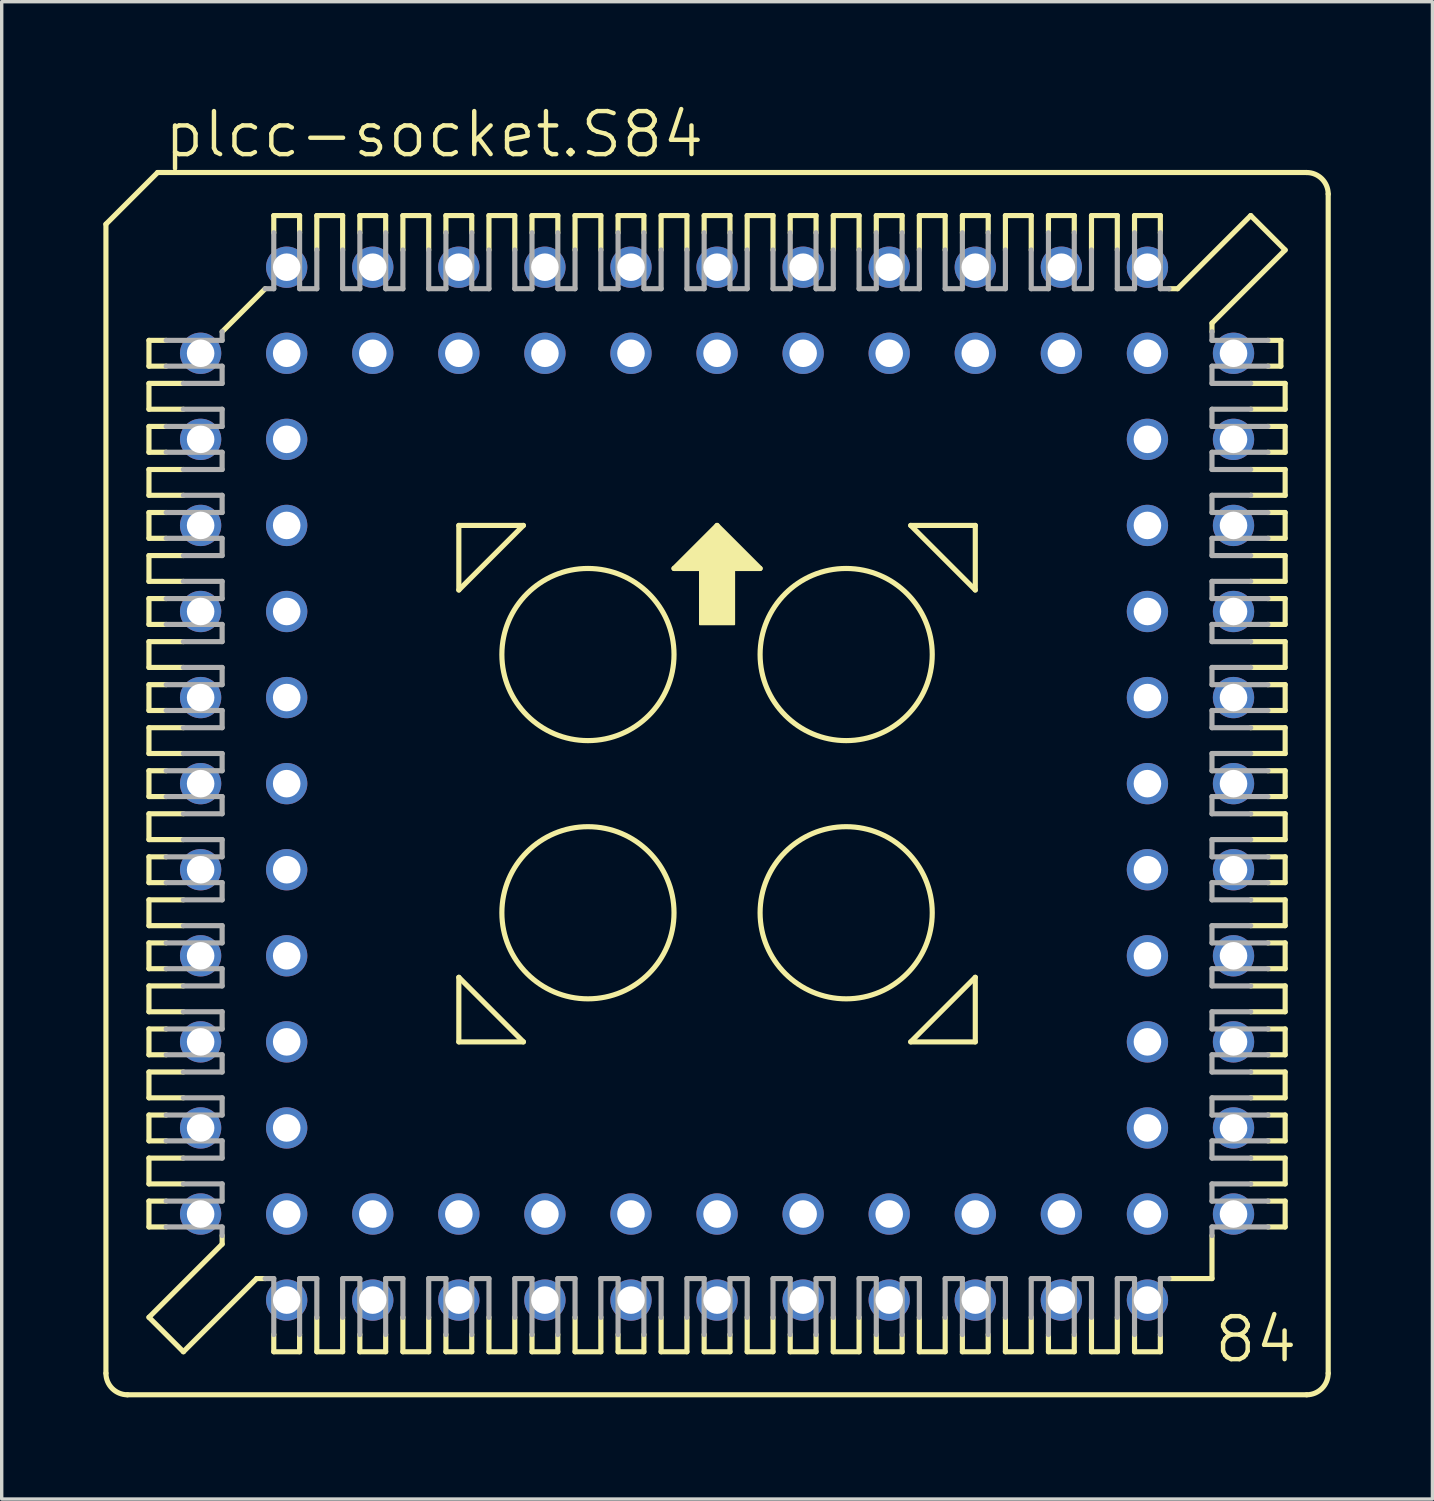
<source format=kicad_pcb>
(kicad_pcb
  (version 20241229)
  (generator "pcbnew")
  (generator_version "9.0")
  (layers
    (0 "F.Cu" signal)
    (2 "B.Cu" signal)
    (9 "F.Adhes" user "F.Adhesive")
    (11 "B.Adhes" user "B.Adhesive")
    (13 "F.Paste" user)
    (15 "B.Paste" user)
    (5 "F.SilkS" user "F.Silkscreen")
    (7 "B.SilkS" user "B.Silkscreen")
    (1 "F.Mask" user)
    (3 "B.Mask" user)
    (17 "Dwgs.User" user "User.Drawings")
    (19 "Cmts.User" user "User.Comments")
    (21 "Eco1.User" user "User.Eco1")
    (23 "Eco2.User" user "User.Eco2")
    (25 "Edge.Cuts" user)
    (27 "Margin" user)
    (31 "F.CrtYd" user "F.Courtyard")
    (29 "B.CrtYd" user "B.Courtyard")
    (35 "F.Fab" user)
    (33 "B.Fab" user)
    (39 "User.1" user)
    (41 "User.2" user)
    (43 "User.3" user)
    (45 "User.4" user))
  (footprint "plcc-socket.S84"
    (layer "F.Cu")
    (at 18.11 20.075)
    (property "Reference" "plcc-socket.S84" (at -16.383 -18.415 0) (layer "F.SilkS") (effects (font (size 1.27 1.27) (thickness 0.13)) (justify left bottom)))
    (attr through_hole)
    (fp_line (start -18.034 -16.51) (end -18.034 17.399) (stroke (width 0.152) (type default)) (layer "F.SilkS"))
    (fp_line (start -16.764 -13.081) (end -16.764 -12.319) (stroke (width 0.152) (type default)) (layer "F.SilkS"))
    (fp_line (start -16.764 -12.319) (end -16.256 -12.319) (stroke (width 0.152) (type default)) (layer "F.SilkS"))
    (fp_line (start -16.764 -11.811) (end -16.764 -11.049) (stroke (width 0.152) (type default)) (layer "F.SilkS"))
    (fp_line (start -16.764 -11.049) (end -15.748 -11.049) (stroke (width 0.152) (type default)) (layer "F.SilkS"))
    (fp_line (start -16.764 -10.541) (end -16.764 -9.779) (stroke (width 0.152) (type default)) (layer "F.SilkS"))
    (fp_line (start -16.764 -9.779) (end -16.256 -9.779) (stroke (width 0.152) (type default)) (layer "F.SilkS"))
    (fp_line (start -16.764 -9.271) (end -16.764 -8.509) (stroke (width 0.152) (type default)) (layer "F.SilkS"))
    (fp_line (start -16.764 -8.509) (end -15.748 -8.509) (stroke (width 0.152) (type default)) (layer "F.SilkS"))
    (fp_line (start -16.764 -8.001) (end -16.256 -8.001) (stroke (width 0.152) (type default)) (layer "F.SilkS"))
    (fp_line (start -16.764 -7.239) (end -16.764 -8.001) (stroke (width 0.152) (type default)) (layer "F.SilkS"))
    (fp_line (start -16.764 -6.731) (end -16.764 -5.969) (stroke (width 0.152) (type default)) (layer "F.SilkS"))
    (fp_line (start -16.764 -5.969) (end -15.748 -5.969) (stroke (width 0.152) (type default)) (layer "F.SilkS"))
    (fp_line (start -16.764 -5.461) (end -16.764 -4.699) (stroke (width 0.152) (type default)) (layer "F.SilkS"))
    (fp_line (start -16.764 -4.699) (end -16.256 -4.699) (stroke (width 0.152) (type default)) (layer "F.SilkS"))
    (fp_line (start -16.764 -4.191) (end -16.764 -3.429) (stroke (width 0.152) (type default)) (layer "F.SilkS"))
    (fp_line (start -16.764 -3.429) (end -15.748 -3.429) (stroke (width 0.152) (type default)) (layer "F.SilkS"))
    (fp_line (start -16.764 -2.921) (end -16.764 -2.159) (stroke (width 0.152) (type default)) (layer "F.SilkS"))
    (fp_line (start -16.764 -2.159) (end -16.256 -2.159) (stroke (width 0.152) (type default)) (layer "F.SilkS"))
    (fp_line (start -16.764 -1.651) (end -15.748 -1.651) (stroke (width 0.152) (type default)) (layer "F.SilkS"))
    (fp_line (start -16.764 -0.889) (end -16.764 -1.651) (stroke (width 0.152) (type default)) (layer "F.SilkS"))
    (fp_line (start -16.764 -0.381) (end -16.256 -0.381) (stroke (width 0.152) (type default)) (layer "F.SilkS"))
    (fp_line (start -16.764 0.381) (end -16.764 -0.381) (stroke (width 0.152) (type default)) (layer "F.SilkS"))
    (fp_line (start -16.764 0.889) (end -15.748 0.889) (stroke (width 0.152) (type default)) (layer "F.SilkS"))
    (fp_line (start -16.764 1.651) (end -16.764 0.889) (stroke (width 0.152) (type default)) (layer "F.SilkS"))
    (fp_line (start -16.764 2.159) (end -16.256 2.159) (stroke (width 0.152) (type default)) (layer "F.SilkS"))
    (fp_line (start -16.764 2.921) (end -16.764 2.159) (stroke (width 0.152) (type default)) (layer "F.SilkS"))
    (fp_line (start -16.764 3.429) (end -15.748 3.429) (stroke (width 0.152) (type default)) (layer "F.SilkS"))
    (fp_line (start -16.764 4.191) (end -16.764 3.429) (stroke (width 0.152) (type default)) (layer "F.SilkS"))
    (fp_line (start -16.764 4.699) (end -16.256 4.699) (stroke (width 0.152) (type default)) (layer "F.SilkS"))
    (fp_line (start -16.764 5.461) (end -16.764 4.699) (stroke (width 0.152) (type default)) (layer "F.SilkS"))
    (fp_line (start -16.764 5.969) (end -16.764 6.731) (stroke (width 0.152) (type default)) (layer "F.SilkS"))
    (fp_line (start -16.764 6.731) (end -15.748 6.731) (stroke (width 0.152) (type default)) (layer "F.SilkS"))
    (fp_line (start -16.764 7.239) (end -16.764 8.001) (stroke (width 0.152) (type default)) (layer "F.SilkS"))
    (fp_line (start -16.764 8.001) (end -16.256 8.001) (stroke (width 0.152) (type default)) (layer "F.SilkS"))
    (fp_line (start -16.764 8.509) (end -16.764 9.271) (stroke (width 0.152) (type default)) (layer "F.SilkS"))
    (fp_line (start -16.764 9.271) (end -15.748 9.271) (stroke (width 0.152) (type default)) (layer "F.SilkS"))
    (fp_line (start -16.764 9.779) (end -16.764 10.541) (stroke (width 0.152) (type default)) (layer "F.SilkS"))
    (fp_line (start -16.764 10.541) (end -16.256 10.541) (stroke (width 0.152) (type default)) (layer "F.SilkS"))
    (fp_line (start -16.764 11.049) (end -15.748 11.049) (stroke (width 0.152) (type default)) (layer "F.SilkS"))
    (fp_line (start -16.764 11.811) (end -16.764 11.049) (stroke (width 0.152) (type default)) (layer "F.SilkS"))
    (fp_line (start -16.764 12.319) (end -16.256 12.319) (stroke (width 0.152) (type default)) (layer "F.SilkS"))
    (fp_line (start -16.764 13.081) (end -16.764 12.319) (stroke (width 0.152) (type default)) (layer "F.SilkS"))
    (fp_line (start -16.764 15.748) (end -14.605 13.589) (stroke (width 0.152) (type default)) (layer "F.SilkS"))
    (fp_line (start -16.51 -18.034) (end -18.034 -16.51) (stroke (width 0.152) (type default)) (layer "F.SilkS"))
    (fp_line (start -16.256 -13.081) (end -16.764 -13.081) (stroke (width 0.152) (type default)) (layer "F.SilkS"))
    (fp_line (start -16.256 -10.541) (end -16.764 -10.541) (stroke (width 0.152) (type default)) (layer "F.SilkS"))
    (fp_line (start -16.256 -7.239) (end -16.764 -7.239) (stroke (width 0.152) (type default)) (layer "F.SilkS"))
    (fp_line (start -16.256 -5.461) (end -16.764 -5.461) (stroke (width 0.152) (type default)) (layer "F.SilkS"))
    (fp_line (start -16.256 -2.921) (end -16.764 -2.921) (stroke (width 0.152) (type default)) (layer "F.SilkS"))
    (fp_line (start -16.256 0.381) (end -16.764 0.381) (stroke (width 0.152) (type default)) (layer "F.SilkS"))
    (fp_line (start -16.256 2.921) (end -16.764 2.921) (stroke (width 0.152) (type default)) (layer "F.SilkS"))
    (fp_line (start -16.256 5.461) (end -16.764 5.461) (stroke (width 0.152) (type default)) (layer "F.SilkS"))
    (fp_line (start -16.256 7.239) (end -16.764 7.239) (stroke (width 0.152) (type default)) (layer "F.SilkS"))
    (fp_line (start -16.256 9.779) (end -16.764 9.779) (stroke (width 0.152) (type default)) (layer "F.SilkS"))
    (fp_line (start -16.256 13.081) (end -16.764 13.081) (stroke (width 0.152) (type default)) (layer "F.SilkS"))
    (fp_line (start -15.748 -11.811) (end -16.764 -11.811) (stroke (width 0.152) (type default)) (layer "F.SilkS"))
    (fp_line (start -15.748 -9.271) (end -16.764 -9.271) (stroke (width 0.152) (type default)) (layer "F.SilkS"))
    (fp_line (start -15.748 -6.731) (end -16.764 -6.731) (stroke (width 0.152) (type default)) (layer "F.SilkS"))
    (fp_line (start -15.748 -4.191) (end -16.764 -4.191) (stroke (width 0.152) (type default)) (layer "F.SilkS"))
    (fp_line (start -15.748 -0.889) (end -16.764 -0.889) (stroke (width 0.152) (type default)) (layer "F.SilkS"))
    (fp_line (start -15.748 1.651) (end -16.764 1.651) (stroke (width 0.152) (type default)) (layer "F.SilkS"))
    (fp_line (start -15.748 4.191) (end -16.764 4.191) (stroke (width 0.152) (type default)) (layer "F.SilkS"))
    (fp_line (start -15.748 5.969) (end -16.764 5.969) (stroke (width 0.152) (type default)) (layer "F.SilkS"))
    (fp_line (start -15.748 8.509) (end -16.764 8.509) (stroke (width 0.152) (type default)) (layer "F.SilkS"))
    (fp_line (start -15.748 11.811) (end -16.764 11.811) (stroke (width 0.152) (type default)) (layer "F.SilkS"))
    (fp_line (start -15.748 16.764) (end -16.764 15.748) (stroke (width 0.152) (type default)) (layer "F.SilkS"))
    (fp_line (start -15.748 16.764) (end -13.589 14.605) (stroke (width 0.152) (type default)) (layer "F.SilkS"))
    (fp_line (start -14.605 -13.335) (end -13.335 -14.605) (stroke (width 0.152) (type default)) (layer "F.SilkS"))
    (fp_line (start -14.605 13.589) (end -14.605 13.335) (stroke (width 0.152) (type default)) (layer "F.SilkS"))
    (fp_line (start -13.589 14.605) (end -13.335 14.605) (stroke (width 0.152) (type default)) (layer "F.SilkS"))
    (fp_line (start -13.081 -16.764) (end -13.081 -16.256) (stroke (width 0.152) (type default)) (layer "F.SilkS"))
    (fp_line (start -13.081 16.256) (end -13.081 16.764) (stroke (width 0.152) (type default)) (layer "F.SilkS"))
    (fp_line (start -13.081 16.764) (end -12.319 16.764) (stroke (width 0.152) (type default)) (layer "F.SilkS"))
    (fp_line (start -12.319 -16.764) (end -13.081 -16.764) (stroke (width 0.152) (type default)) (layer "F.SilkS"))
    (fp_line (start -12.319 -16.256) (end -12.319 -16.764) (stroke (width 0.152) (type default)) (layer "F.SilkS"))
    (fp_line (start -12.319 16.764) (end -12.319 16.256) (stroke (width 0.152) (type default)) (layer "F.SilkS"))
    (fp_line (start -11.811 -16.764) (end -11.049 -16.764) (stroke (width 0.152) (type default)) (layer "F.SilkS"))
    (fp_line (start -11.811 -15.748) (end -11.811 -16.764) (stroke (width 0.152) (type default)) (layer "F.SilkS"))
    (fp_line (start -11.811 15.748) (end -11.811 16.764) (stroke (width 0.152) (type default)) (layer "F.SilkS"))
    (fp_line (start -11.811 16.764) (end -11.049 16.764) (stroke (width 0.152) (type default)) (layer "F.SilkS"))
    (fp_line (start -11.049 -16.764) (end -11.049 -15.748) (stroke (width 0.152) (type default)) (layer "F.SilkS"))
    (fp_line (start -11.049 16.764) (end -11.049 15.748) (stroke (width 0.152) (type default)) (layer "F.SilkS"))
    (fp_line (start -10.541 -16.764) (end -10.541 -16.256) (stroke (width 0.152) (type default)) (layer "F.SilkS"))
    (fp_line (start -10.541 16.256) (end -10.541 16.764) (stroke (width 0.152) (type default)) (layer "F.SilkS"))
    (fp_line (start -10.541 16.764) (end -9.779 16.764) (stroke (width 0.152) (type default)) (layer "F.SilkS"))
    (fp_line (start -9.779 -16.764) (end -10.541 -16.764) (stroke (width 0.152) (type default)) (layer "F.SilkS"))
    (fp_line (start -9.779 -16.256) (end -9.779 -16.764) (stroke (width 0.152) (type default)) (layer "F.SilkS"))
    (fp_line (start -9.779 16.764) (end -9.779 16.256) (stroke (width 0.152) (type default)) (layer "F.SilkS"))
    (fp_line (start -9.271 -16.764) (end -9.271 -15.748) (stroke (width 0.152) (type default)) (layer "F.SilkS"))
    (fp_line (start -9.271 15.748) (end -9.271 16.764) (stroke (width 0.152) (type default)) (layer "F.SilkS"))
    (fp_line (start -9.271 16.764) (end -8.509 16.764) (stroke (width 0.152) (type default)) (layer "F.SilkS"))
    (fp_line (start -8.509 -16.764) (end -9.271 -16.764) (stroke (width 0.152) (type default)) (layer "F.SilkS"))
    (fp_line (start -8.509 -15.748) (end -8.509 -16.764) (stroke (width 0.152) (type default)) (layer "F.SilkS"))
    (fp_line (start -8.509 16.764) (end -8.509 15.748) (stroke (width 0.152) (type default)) (layer "F.SilkS"))
    (fp_line (start -8.001 -16.764) (end -8.001 -16.256) (stroke (width 0.152) (type default)) (layer "F.SilkS"))
    (fp_line (start -8.001 16.764) (end -8.001 16.256) (stroke (width 0.152) (type default)) (layer "F.SilkS"))
    (fp_line (start -7.62 -7.62) (end -5.715 -7.62) (stroke (width 0.152) (type default)) (layer "F.SilkS"))
    (fp_line (start -7.62 -5.715) (end -7.62 -7.62) (stroke (width 0.152) (type default)) (layer "F.SilkS"))
    (fp_line (start -7.62 5.715) (end -5.715 7.62) (stroke (width 0.152) (type default)) (layer "F.SilkS"))
    (fp_line (start -7.62 7.62) (end -7.62 5.715) (stroke (width 0.152) (type default)) (layer "F.SilkS"))
    (fp_line (start -7.239 -16.764) (end -8.001 -16.764) (stroke (width 0.152) (type default)) (layer "F.SilkS"))
    (fp_line (start -7.239 -16.256) (end -7.239 -16.764) (stroke (width 0.152) (type default)) (layer "F.SilkS"))
    (fp_line (start -7.239 16.256) (end -7.239 16.764) (stroke (width 0.152) (type default)) (layer "F.SilkS"))
    (fp_line (start -7.239 16.764) (end -8.001 16.764) (stroke (width 0.152) (type default)) (layer "F.SilkS"))
    (fp_line (start -6.731 -16.764) (end -6.731 -15.748) (stroke (width 0.152) (type default)) (layer "F.SilkS"))
    (fp_line (start -6.731 15.748) (end -6.731 16.764) (stroke (width 0.152) (type default)) (layer "F.SilkS"))
    (fp_line (start -6.731 16.764) (end -5.969 16.764) (stroke (width 0.152) (type default)) (layer "F.SilkS"))
    (fp_line (start -5.969 -16.764) (end -6.731 -16.764) (stroke (width 0.152) (type default)) (layer "F.SilkS"))
    (fp_line (start -5.969 -15.748) (end -5.969 -16.764) (stroke (width 0.152) (type default)) (layer "F.SilkS"))
    (fp_line (start -5.969 16.764) (end -5.969 15.748) (stroke (width 0.152) (type default)) (layer "F.SilkS"))
    (fp_line (start -5.715 -7.62) (end -7.62 -5.715) (stroke (width 0.152) (type default)) (layer "F.SilkS"))
    (fp_line (start -5.715 7.62) (end -7.62 7.62) (stroke (width 0.152) (type default)) (layer "F.SilkS"))
    (fp_line (start -5.461 -16.764) (end -5.461 -16.256) (stroke (width 0.152) (type default)) (layer "F.SilkS"))
    (fp_line (start -5.461 16.256) (end -5.461 16.764) (stroke (width 0.152) (type default)) (layer "F.SilkS"))
    (fp_line (start -5.461 16.764) (end -4.699 16.764) (stroke (width 0.152) (type default)) (layer "F.SilkS"))
    (fp_line (start -4.699 -16.764) (end -5.461 -16.764) (stroke (width 0.152) (type default)) (layer "F.SilkS"))
    (fp_line (start -4.699 -16.256) (end -4.699 -16.764) (stroke (width 0.152) (type default)) (layer "F.SilkS"))
    (fp_line (start -4.699 16.764) (end -4.699 16.256) (stroke (width 0.152) (type default)) (layer "F.SilkS"))
    (fp_line (start -4.191 -16.764) (end -4.191 -15.748) (stroke (width 0.152) (type default)) (layer "F.SilkS"))
    (fp_line (start -4.191 15.748) (end -4.191 16.764) (stroke (width 0.152) (type default)) (layer "F.SilkS"))
    (fp_line (start -4.191 16.764) (end -3.429 16.764) (stroke (width 0.152) (type default)) (layer "F.SilkS"))
    (fp_line (start -3.429 -16.764) (end -4.191 -16.764) (stroke (width 0.152) (type default)) (layer "F.SilkS"))
    (fp_line (start -3.429 -15.748) (end -3.429 -16.764) (stroke (width 0.152) (type default)) (layer "F.SilkS"))
    (fp_line (start -3.429 16.764) (end -3.429 15.748) (stroke (width 0.152) (type default)) (layer "F.SilkS"))
    (fp_line (start -2.921 -16.764) (end -2.921 -16.256) (stroke (width 0.152) (type default)) (layer "F.SilkS"))
    (fp_line (start -2.921 16.256) (end -2.921 16.764) (stroke (width 0.152) (type default)) (layer "F.SilkS"))
    (fp_line (start -2.921 16.764) (end -2.159 16.764) (stroke (width 0.152) (type default)) (layer "F.SilkS"))
    (fp_line (start -2.159 -16.764) (end -2.921 -16.764) (stroke (width 0.152) (type default)) (layer "F.SilkS"))
    (fp_line (start -2.159 -16.256) (end -2.159 -16.764) (stroke (width 0.152) (type default)) (layer "F.SilkS"))
    (fp_line (start -2.159 16.764) (end -2.159 16.256) (stroke (width 0.152) (type default)) (layer "F.SilkS"))
    (fp_line (start -1.651 -16.764) (end -1.651 -15.748) (stroke (width 0.152) (type default)) (layer "F.SilkS"))
    (fp_line (start -1.651 15.748) (end -1.651 16.764) (stroke (width 0.152) (type default)) (layer "F.SilkS"))
    (fp_line (start -1.651 16.764) (end -0.889 16.764) (stroke (width 0.152) (type default)) (layer "F.SilkS"))
    (fp_line (start -1.27 -6.35) (end 1.27 -6.35) (stroke (width 0.152) (type default)) (layer "F.SilkS"))
    (fp_line (start -0.889 -16.764) (end -1.651 -16.764) (stroke (width 0.152) (type default)) (layer "F.SilkS"))
    (fp_line (start -0.889 -15.748) (end -0.889 -16.764) (stroke (width 0.152) (type default)) (layer "F.SilkS"))
    (fp_line (start -0.889 16.764) (end -0.889 15.748) (stroke (width 0.152) (type default)) (layer "F.SilkS"))
    (fp_line (start -0.381 -16.764) (end -0.381 -16.256) (stroke (width 0.152) (type default)) (layer "F.SilkS"))
    (fp_line (start -0.381 16.256) (end -0.381 16.764) (stroke (width 0.152) (type default)) (layer "F.SilkS"))
    (fp_line (start -0.381 16.764) (end 0.381 16.764) (stroke (width 0.152) (type default)) (layer "F.SilkS"))
    (fp_line (start 0 -7.62) (end -1.27 -6.35) (stroke (width 0.152) (type default)) (layer "F.SilkS"))
    (fp_line (start 0.381 -16.764) (end -0.381 -16.764) (stroke (width 0.152) (type default)) (layer "F.SilkS"))
    (fp_line (start 0.381 -16.256) (end 0.381 -16.764) (stroke (width 0.152) (type default)) (layer "F.SilkS"))
    (fp_line (start 0.381 16.764) (end 0.381 16.256) (stroke (width 0.152) (type default)) (layer "F.SilkS"))
    (fp_line (start 0.889 -16.764) (end 0.889 -15.748) (stroke (width 0.152) (type default)) (layer "F.SilkS"))
    (fp_line (start 0.889 15.748) (end 0.889 16.764) (stroke (width 0.152) (type default)) (layer "F.SilkS"))
    (fp_line (start 0.889 16.764) (end 1.651 16.764) (stroke (width 0.152) (type default)) (layer "F.SilkS"))
    (fp_line (start 1.27 -6.35) (end 0 -7.62) (stroke (width 0.152) (type default)) (layer "F.SilkS"))
    (fp_line (start 1.651 -16.764) (end 0.889 -16.764) (stroke (width 0.152) (type default)) (layer "F.SilkS"))
    (fp_line (start 1.651 -15.748) (end 1.651 -16.764) (stroke (width 0.152) (type default)) (layer "F.SilkS"))
    (fp_line (start 1.651 16.764) (end 1.651 15.748) (stroke (width 0.152) (type default)) (layer "F.SilkS"))
    (fp_line (start 2.159 -16.764) (end 2.159 -16.256) (stroke (width 0.152) (type default)) (layer "F.SilkS"))
    (fp_line (start 2.159 16.256) (end 2.159 16.764) (stroke (width 0.152) (type default)) (layer "F.SilkS"))
    (fp_line (start 2.159 16.764) (end 2.921 16.764) (stroke (width 0.152) (type default)) (layer "F.SilkS"))
    (fp_line (start 2.921 -16.764) (end 2.159 -16.764) (stroke (width 0.152) (type default)) (layer "F.SilkS"))
    (fp_line (start 2.921 -16.256) (end 2.921 -16.764) (stroke (width 0.152) (type default)) (layer "F.SilkS"))
    (fp_line (start 2.921 16.764) (end 2.921 16.256) (stroke (width 0.152) (type default)) (layer "F.SilkS"))
    (fp_line (start 3.429 -16.764) (end 3.429 -15.748) (stroke (width 0.152) (type default)) (layer "F.SilkS"))
    (fp_line (start 3.429 15.748) (end 3.429 16.764) (stroke (width 0.152) (type default)) (layer "F.SilkS"))
    (fp_line (start 3.429 16.764) (end 4.191 16.764) (stroke (width 0.152) (type default)) (layer "F.SilkS"))
    (fp_line (start 4.191 -16.764) (end 3.429 -16.764) (stroke (width 0.152) (type default)) (layer "F.SilkS"))
    (fp_line (start 4.191 -15.748) (end 4.191 -16.764) (stroke (width 0.152) (type default)) (layer "F.SilkS"))
    (fp_line (start 4.191 16.764) (end 4.191 15.748) (stroke (width 0.152) (type default)) (layer "F.SilkS"))
    (fp_line (start 4.699 -16.764) (end 4.699 -16.256) (stroke (width 0.152) (type default)) (layer "F.SilkS"))
    (fp_line (start 4.699 16.256) (end 4.699 16.764) (stroke (width 0.152) (type default)) (layer "F.SilkS"))
    (fp_line (start 4.699 16.764) (end 5.461 16.764) (stroke (width 0.152) (type default)) (layer "F.SilkS"))
    (fp_line (start 5.461 -16.764) (end 4.699 -16.764) (stroke (width 0.152) (type default)) (layer "F.SilkS"))
    (fp_line (start 5.461 -16.256) (end 5.461 -16.764) (stroke (width 0.152) (type default)) (layer "F.SilkS"))
    (fp_line (start 5.461 16.764) (end 5.461 16.256) (stroke (width 0.152) (type default)) (layer "F.SilkS"))
    (fp_line (start 5.715 -7.62) (end 7.62 -5.715) (stroke (width 0.152) (type default)) (layer "F.SilkS"))
    (fp_line (start 5.715 7.62) (end 7.62 7.62) (stroke (width 0.152) (type default)) (layer "F.SilkS"))
    (fp_line (start 5.969 -16.764) (end 5.969 -15.748) (stroke (width 0.152) (type default)) (layer "F.SilkS"))
    (fp_line (start 5.969 15.748) (end 5.969 16.764) (stroke (width 0.152) (type default)) (layer "F.SilkS"))
    (fp_line (start 5.969 16.764) (end 6.731 16.764) (stroke (width 0.152) (type default)) (layer "F.SilkS"))
    (fp_line (start 6.731 -16.764) (end 5.969 -16.764) (stroke (width 0.152) (type default)) (layer "F.SilkS"))
    (fp_line (start 6.731 -15.748) (end 6.731 -16.764) (stroke (width 0.152) (type default)) (layer "F.SilkS"))
    (fp_line (start 6.731 16.764) (end 6.731 15.748) (stroke (width 0.152) (type default)) (layer "F.SilkS"))
    (fp_line (start 7.239 -16.764) (end 8.001 -16.764) (stroke (width 0.152) (type default)) (layer "F.SilkS"))
    (fp_line (start 7.239 -16.256) (end 7.239 -16.764) (stroke (width 0.152) (type default)) (layer "F.SilkS"))
    (fp_line (start 7.239 16.256) (end 7.239 16.764) (stroke (width 0.152) (type default)) (layer "F.SilkS"))
    (fp_line (start 7.239 16.764) (end 8.001 16.764) (stroke (width 0.152) (type default)) (layer "F.SilkS"))
    (fp_line (start 7.62 -7.62) (end 5.715 -7.62) (stroke (width 0.152) (type default)) (layer "F.SilkS"))
    (fp_line (start 7.62 -5.715) (end 7.62 -7.62) (stroke (width 0.152) (type default)) (layer "F.SilkS"))
    (fp_line (start 7.62 5.715) (end 5.715 7.62) (stroke (width 0.152) (type default)) (layer "F.SilkS"))
    (fp_line (start 7.62 7.62) (end 7.62 5.715) (stroke (width 0.152) (type default)) (layer "F.SilkS"))
    (fp_line (start 8.001 -16.764) (end 8.001 -16.256) (stroke (width 0.152) (type default)) (layer "F.SilkS"))
    (fp_line (start 8.001 16.764) (end 8.001 16.256) (stroke (width 0.152) (type default)) (layer "F.SilkS"))
    (fp_line (start 8.509 -16.764) (end 8.509 -15.748) (stroke (width 0.152) (type default)) (layer "F.SilkS"))
    (fp_line (start 8.509 15.748) (end 8.509 16.764) (stroke (width 0.152) (type default)) (layer "F.SilkS"))
    (fp_line (start 8.509 16.764) (end 9.271 16.764) (stroke (width 0.152) (type default)) (layer "F.SilkS"))
    (fp_line (start 9.271 -16.764) (end 8.509 -16.764) (stroke (width 0.152) (type default)) (layer "F.SilkS"))
    (fp_line (start 9.271 -15.748) (end 9.271 -16.764) (stroke (width 0.152) (type default)) (layer "F.SilkS"))
    (fp_line (start 9.271 16.764) (end 9.271 15.748) (stroke (width 0.152) (type default)) (layer "F.SilkS"))
    (fp_line (start 9.779 -16.764) (end 9.779 -16.256) (stroke (width 0.152) (type default)) (layer "F.SilkS"))
    (fp_line (start 9.779 16.256) (end 9.779 16.764) (stroke (width 0.152) (type default)) (layer "F.SilkS"))
    (fp_line (start 9.779 16.764) (end 10.541 16.764) (stroke (width 0.152) (type default)) (layer "F.SilkS"))
    (fp_line (start 10.541 -16.764) (end 9.779 -16.764) (stroke (width 0.152) (type default)) (layer "F.SilkS"))
    (fp_line (start 10.541 -16.256) (end 10.541 -16.764) (stroke (width 0.152) (type default)) (layer "F.SilkS"))
    (fp_line (start 10.541 16.764) (end 10.541 16.256) (stroke (width 0.152) (type default)) (layer "F.SilkS"))
    (fp_line (start 11.049 -16.764) (end 11.049 -15.748) (stroke (width 0.152) (type default)) (layer "F.SilkS"))
    (fp_line (start 11.049 16.764) (end 11.049 15.748) (stroke (width 0.152) (type default)) (layer "F.SilkS"))
    (fp_line (start 11.811 -16.764) (end 11.049 -16.764) (stroke (width 0.152) (type default)) (layer "F.SilkS"))
    (fp_line (start 11.811 -15.748) (end 11.811 -16.764) (stroke (width 0.152) (type default)) (layer "F.SilkS"))
    (fp_line (start 11.811 15.748) (end 11.811 16.764) (stroke (width 0.152) (type default)) (layer "F.SilkS"))
    (fp_line (start 11.811 16.764) (end 11.049 16.764) (stroke (width 0.152) (type default)) (layer "F.SilkS"))
    (fp_line (start 12.319 -16.764) (end 12.319 -16.256) (stroke (width 0.152) (type default)) (layer "F.SilkS"))
    (fp_line (start 12.319 16.256) (end 12.319 16.764) (stroke (width 0.152) (type default)) (layer "F.SilkS"))
    (fp_line (start 12.319 16.764) (end 13.081 16.764) (stroke (width 0.152) (type default)) (layer "F.SilkS"))
    (fp_line (start 13.081 -16.764) (end 12.319 -16.764) (stroke (width 0.152) (type default)) (layer "F.SilkS"))
    (fp_line (start 13.081 -16.256) (end 13.081 -16.764) (stroke (width 0.152) (type default)) (layer "F.SilkS"))
    (fp_line (start 13.081 16.764) (end 13.081 16.256) (stroke (width 0.152) (type default)) (layer "F.SilkS"))
    (fp_line (start 13.335 14.605) (end 14.605 14.605) (stroke (width 0.152) (type default)) (layer "F.SilkS"))
    (fp_line (start 13.589 -14.605) (end 13.335 -14.605) (stroke (width 0.152) (type default)) (layer "F.SilkS"))
    (fp_line (start 14.605 -13.589) (end 14.605 -13.335) (stroke (width 0.152) (type default)) (layer "F.SilkS"))
    (fp_line (start 14.605 14.605) (end 14.605 13.335) (stroke (width 0.152) (type default)) (layer "F.SilkS"))
    (fp_line (start 15.748 -16.764) (end 13.589 -14.605) (stroke (width 0.152) (type default)) (layer "F.SilkS"))
    (fp_line (start 15.748 -11.811) (end 16.764 -11.811) (stroke (width 0.152) (type default)) (layer "F.SilkS"))
    (fp_line (start 15.748 -8.509) (end 16.764 -8.509) (stroke (width 0.152) (type default)) (layer "F.SilkS"))
    (fp_line (start 15.748 -5.969) (end 16.764 -5.969) (stroke (width 0.152) (type default)) (layer "F.SilkS"))
    (fp_line (start 15.748 -4.191) (end 16.764 -4.191) (stroke (width 0.152) (type default)) (layer "F.SilkS"))
    (fp_line (start 15.748 -1.651) (end 16.764 -1.651) (stroke (width 0.152) (type default)) (layer "F.SilkS"))
    (fp_line (start 15.748 0.889) (end 16.764 0.889) (stroke (width 0.152) (type default)) (layer "F.SilkS"))
    (fp_line (start 15.748 4.191) (end 16.764 4.191) (stroke (width 0.152) (type default)) (layer "F.SilkS"))
    (fp_line (start 15.748 6.731) (end 16.764 6.731) (stroke (width 0.152) (type default)) (layer "F.SilkS"))
    (fp_line (start 15.748 9.271) (end 16.764 9.271) (stroke (width 0.152) (type default)) (layer "F.SilkS"))
    (fp_line (start 15.748 11.811) (end 16.764 11.811) (stroke (width 0.152) (type default)) (layer "F.SilkS"))
    (fp_line (start 16.256 -13.081) (end 16.637 -13.081) (stroke (width 0.152) (type default)) (layer "F.SilkS"))
    (fp_line (start 16.256 -9.779) (end 16.764 -9.779) (stroke (width 0.152) (type default)) (layer "F.SilkS"))
    (fp_line (start 16.256 -7.239) (end 16.764 -7.239) (stroke (width 0.152) (type default)) (layer "F.SilkS"))
    (fp_line (start 16.256 -5.461) (end 16.764 -5.461) (stroke (width 0.152) (type default)) (layer "F.SilkS"))
    (fp_line (start 16.256 -2.921) (end 16.764 -2.921) (stroke (width 0.152) (type default)) (layer "F.SilkS"))
    (fp_line (start 16.256 -0.381) (end 16.764 -0.381) (stroke (width 0.152) (type default)) (layer "F.SilkS"))
    (fp_line (start 16.256 2.921) (end 16.764 2.921) (stroke (width 0.152) (type default)) (layer "F.SilkS"))
    (fp_line (start 16.256 5.461) (end 16.764 5.461) (stroke (width 0.152) (type default)) (layer "F.SilkS"))
    (fp_line (start 16.256 7.239) (end 16.764 7.239) (stroke (width 0.152) (type default)) (layer "F.SilkS"))
    (fp_line (start 16.256 10.541) (end 16.764 10.541) (stroke (width 0.152) (type default)) (layer "F.SilkS"))
    (fp_line (start 16.256 13.081) (end 16.764 13.081) (stroke (width 0.152) (type default)) (layer "F.SilkS"))
    (fp_line (start 16.637 -13.081) (end 16.637 -12.319) (stroke (width 0.152) (type default)) (layer "F.SilkS"))
    (fp_line (start 16.637 -12.319) (end 16.256 -12.319) (stroke (width 0.152) (type default)) (layer "F.SilkS"))
    (fp_line (start 16.764 -15.748) (end 14.605 -13.589) (stroke (width 0.152) (type default)) (layer "F.SilkS"))
    (fp_line (start 16.764 -15.748) (end 15.748 -16.764) (stroke (width 0.152) (type default)) (layer "F.SilkS"))
    (fp_line (start 16.764 -11.811) (end 16.764 -11.049) (stroke (width 0.152) (type default)) (layer "F.SilkS"))
    (fp_line (start 16.764 -11.049) (end 15.748 -11.049) (stroke (width 0.152) (type default)) (layer "F.SilkS"))
    (fp_line (start 16.764 -10.541) (end 16.256 -10.541) (stroke (width 0.152) (type default)) (layer "F.SilkS"))
    (fp_line (start 16.764 -9.779) (end 16.764 -10.541) (stroke (width 0.152) (type default)) (layer "F.SilkS"))
    (fp_line (start 16.764 -9.271) (end 15.748 -9.271) (stroke (width 0.152) (type default)) (layer "F.SilkS"))
    (fp_line (start 16.764 -8.509) (end 16.764 -9.271) (stroke (width 0.152) (type default)) (layer "F.SilkS"))
    (fp_line (start 16.764 -8.001) (end 16.256 -8.001) (stroke (width 0.152) (type default)) (layer "F.SilkS"))
    (fp_line (start 16.764 -7.239) (end 16.764 -8.001) (stroke (width 0.152) (type default)) (layer "F.SilkS"))
    (fp_line (start 16.764 -6.731) (end 15.748 -6.731) (stroke (width 0.152) (type default)) (layer "F.SilkS"))
    (fp_line (start 16.764 -5.969) (end 16.764 -6.731) (stroke (width 0.152) (type default)) (layer "F.SilkS"))
    (fp_line (start 16.764 -5.461) (end 16.764 -4.699) (stroke (width 0.152) (type default)) (layer "F.SilkS"))
    (fp_line (start 16.764 -4.699) (end 16.256 -4.699) (stroke (width 0.152) (type default)) (layer "F.SilkS"))
    (fp_line (start 16.764 -4.191) (end 16.764 -3.429) (stroke (width 0.152) (type default)) (layer "F.SilkS"))
    (fp_line (start 16.764 -3.429) (end 15.748 -3.429) (stroke (width 0.152) (type default)) (layer "F.SilkS"))
    (fp_line (start 16.764 -2.921) (end 16.764 -2.159) (stroke (width 0.152) (type default)) (layer "F.SilkS"))
    (fp_line (start 16.764 -2.159) (end 16.256 -2.159) (stroke (width 0.152) (type default)) (layer "F.SilkS"))
    (fp_line (start 16.764 -1.651) (end 16.764 -0.889) (stroke (width 0.152) (type default)) (layer "F.SilkS"))
    (fp_line (start 16.764 -0.889) (end 15.748 -0.889) (stroke (width 0.152) (type default)) (layer "F.SilkS"))
    (fp_line (start 16.764 -0.381) (end 16.764 0.381) (stroke (width 0.152) (type default)) (layer "F.SilkS"))
    (fp_line (start 16.764 0.381) (end 16.256 0.381) (stroke (width 0.152) (type default)) (layer "F.SilkS"))
    (fp_line (start 16.764 0.889) (end 16.764 1.651) (stroke (width 0.152) (type default)) (layer "F.SilkS"))
    (fp_line (start 16.764 1.651) (end 15.748 1.651) (stroke (width 0.152) (type default)) (layer "F.SilkS"))
    (fp_line (start 16.764 2.159) (end 16.256 2.159) (stroke (width 0.152) (type default)) (layer "F.SilkS"))
    (fp_line (start 16.764 2.921) (end 16.764 2.159) (stroke (width 0.152) (type default)) (layer "F.SilkS"))
    (fp_line (start 16.764 3.429) (end 15.748 3.429) (stroke (width 0.152) (type default)) (layer "F.SilkS"))
    (fp_line (start 16.764 4.191) (end 16.764 3.429) (stroke (width 0.152) (type default)) (layer "F.SilkS"))
    (fp_line (start 16.764 4.699) (end 16.256 4.699) (stroke (width 0.152) (type default)) (layer "F.SilkS"))
    (fp_line (start 16.764 5.461) (end 16.764 4.699) (stroke (width 0.152) (type default)) (layer "F.SilkS"))
    (fp_line (start 16.764 5.969) (end 15.748 5.969) (stroke (width 0.152) (type default)) (layer "F.SilkS"))
    (fp_line (start 16.764 6.731) (end 16.764 5.969) (stroke (width 0.152) (type default)) (layer "F.SilkS"))
    (fp_line (start 16.764 7.239) (end 16.764 8.001) (stroke (width 0.152) (type default)) (layer "F.SilkS"))
    (fp_line (start 16.764 8.001) (end 16.256 8.001) (stroke (width 0.152) (type default)) (layer "F.SilkS"))
    (fp_line (start 16.764 8.509) (end 15.748 8.509) (stroke (width 0.152) (type default)) (layer "F.SilkS"))
    (fp_line (start 16.764 9.271) (end 16.764 8.509) (stroke (width 0.152) (type default)) (layer "F.SilkS"))
    (fp_line (start 16.764 9.779) (end 16.256 9.779) (stroke (width 0.152) (type default)) (layer "F.SilkS"))
    (fp_line (start 16.764 10.541) (end 16.764 9.779) (stroke (width 0.152) (type default)) (layer "F.SilkS"))
    (fp_line (start 16.764 11.049) (end 15.748 11.049) (stroke (width 0.152) (type default)) (layer "F.SilkS"))
    (fp_line (start 16.764 11.811) (end 16.764 11.049) (stroke (width 0.152) (type default)) (layer "F.SilkS"))
    (fp_line (start 16.764 12.319) (end 16.256 12.319) (stroke (width 0.152) (type default)) (layer "F.SilkS"))
    (fp_line (start 16.764 13.081) (end 16.764 12.319) (stroke (width 0.152) (type default)) (layer "F.SilkS"))
    (fp_line (start 17.399 -18.034) (end -16.51 -18.034) (stroke (width 0.152) (type default)) (layer "F.SilkS"))
    (fp_line (start 17.399 18.034) (end -17.399 18.034) (stroke (width 0.152) (type default)) (layer "F.SilkS"))
    (fp_line (start 18.034 -17.399) (end 18.034 17.399) (stroke (width 0.152) (type default)) (layer "F.SilkS"))
    (fp_rect (start -1.143 -6.35) (end -0.889 -6.477) (stroke (width 0.05) (type default)) (fill yes) (layer "F.SilkS"))
    (fp_rect (start -1.016 -6.477) (end -0.889 -6.604) (stroke (width 0.05) (type default)) (fill yes) (layer "F.SilkS"))
    (fp_rect (start -0.889 -6.35) (end 0.889 -6.731) (stroke (width 0.05) (type default)) (fill yes) (layer "F.SilkS"))
    (fp_rect (start -0.762 -6.731) (end -0.635 -6.858) (stroke (width 0.05) (type default)) (fill yes) (layer "F.SilkS"))
    (fp_rect (start -0.635 -6.731) (end 0.635 -6.985) (stroke (width 0.05) (type default)) (fill yes) (layer "F.SilkS"))
    (fp_rect (start -0.508 -6.985) (end -0.381 -7.112) (stroke (width 0.05) (type default)) (fill yes) (layer "F.SilkS"))
    (fp_rect (start -0.508 -4.699) (end 0.508 -6.604) (stroke (width 0.05) (type default)) (fill yes) (layer "F.SilkS"))
    (fp_rect (start -0.381 -6.985) (end 0.381 -7.239) (stroke (width 0.05) (type default)) (fill yes) (layer "F.SilkS"))
    (fp_rect (start -0.254 -7.239) (end -0.127 -7.366) (stroke (width 0.05) (type default)) (fill yes) (layer "F.SilkS"))
    (fp_rect (start -0.127 -7.239) (end 0.127 -7.493) (stroke (width 0.05) (type default)) (fill yes) (layer "F.SilkS"))
    (fp_rect (start 0.127 -7.239) (end 0.254 -7.366) (stroke (width 0.05) (type default)) (fill yes) (layer "F.SilkS"))
    (fp_rect (start 0.381 -6.985) (end 0.508 -7.112) (stroke (width 0.05) (type default)) (fill yes) (layer "F.SilkS"))
    (fp_rect (start 0.635 -6.731) (end 0.762 -6.858) (stroke (width 0.05) (type default)) (fill yes) (layer "F.SilkS"))
    (fp_rect (start 0.889 -6.477) (end 1.016 -6.604) (stroke (width 0.05) (type default)) (fill yes) (layer "F.SilkS"))
    (fp_rect (start 0.889 -6.35) (end 1.143 -6.477) (stroke (width 0.05) (type default)) (fill yes) (layer "F.SilkS"))
    (fp_arc (start -17.399 18.034) (mid -17.848013 17.848013) (end -18.034 17.399) (stroke (width 0.1524) (type default)) (layer "F.SilkS"))
    (fp_arc (start 17.399 -18.034) (mid 17.848013 -17.848013) (end 18.034 -17.399) (stroke (width 0.1524) (type default)) (layer "F.SilkS"))
    (fp_arc (start 18.034 17.399) (mid 17.848013 17.848013) (end 17.399 18.034) (stroke (width 0.1524) (type default)) (layer "F.SilkS"))
    (fp_circle (center -3.81 -3.81) (end -1.27 -3.81) (stroke (width 0.152) (type default)) (fill no) (layer "F.SilkS"))
    (fp_circle (center -3.81 3.81) (end -1.27 3.81) (stroke (width 0.152) (type default)) (fill no) (layer "F.SilkS"))
    (fp_circle (center 3.81 -3.81) (end 6.35 -3.81) (stroke (width 0.152) (type default)) (fill no) (layer "F.SilkS"))
    (fp_circle (center 3.81 3.81) (end 6.35 3.81) (stroke (width 0.152) (type default)) (fill no) (layer "F.SilkS"))
    (fp_line (start -16.256 -13.081) (end -14.605 -13.081) (stroke (width 0.152) (type default)) (layer "F.Fab"))
    (fp_line (start -16.256 -10.541) (end -14.605 -10.541) (stroke (width 0.152) (type default)) (layer "F.Fab"))
    (fp_line (start -16.256 -7.239) (end -14.605 -7.239) (stroke (width 0.152) (type default)) (layer "F.Fab"))
    (fp_line (start -16.256 -5.461) (end -14.605 -5.461) (stroke (width 0.152) (type default)) (layer "F.Fab"))
    (fp_line (start -16.256 -2.921) (end -14.605 -2.921) (stroke (width 0.152) (type default)) (layer "F.Fab"))
    (fp_line (start -16.256 0.381) (end -14.605 0.381) (stroke (width 0.152) (type default)) (layer "F.Fab"))
    (fp_line (start -16.256 2.921) (end -14.605 2.921) (stroke (width 0.152) (type default)) (layer "F.Fab"))
    (fp_line (start -16.256 5.461) (end -14.605 5.461) (stroke (width 0.152) (type default)) (layer "F.Fab"))
    (fp_line (start -16.256 7.239) (end -14.605 7.239) (stroke (width 0.152) (type default)) (layer "F.Fab"))
    (fp_line (start -16.256 9.779) (end -14.605 9.779) (stroke (width 0.152) (type default)) (layer "F.Fab"))
    (fp_line (start -16.256 13.081) (end -14.605 13.081) (stroke (width 0.152) (type default)) (layer "F.Fab"))
    (fp_line (start -15.748 -11.811) (end -14.605 -11.811) (stroke (width 0.152) (type default)) (layer "F.Fab"))
    (fp_line (start -15.748 -9.271) (end -14.605 -9.271) (stroke (width 0.152) (type default)) (layer "F.Fab"))
    (fp_line (start -15.748 -6.731) (end -14.605 -6.731) (stroke (width 0.152) (type default)) (layer "F.Fab"))
    (fp_line (start -15.748 -4.191) (end -14.605 -4.191) (stroke (width 0.152) (type default)) (layer "F.Fab"))
    (fp_line (start -15.748 -0.889) (end -14.605 -0.889) (stroke (width 0.152) (type default)) (layer "F.Fab"))
    (fp_line (start -15.748 1.651) (end -14.605 1.651) (stroke (width 0.152) (type default)) (layer "F.Fab"))
    (fp_line (start -15.748 4.191) (end -14.605 4.191) (stroke (width 0.152) (type default)) (layer "F.Fab"))
    (fp_line (start -15.748 5.969) (end -14.605 5.969) (stroke (width 0.152) (type default)) (layer "F.Fab"))
    (fp_line (start -15.748 8.509) (end -14.605 8.509) (stroke (width 0.152) (type default)) (layer "F.Fab"))
    (fp_line (start -15.748 11.811) (end -14.605 11.811) (stroke (width 0.152) (type default)) (layer "F.Fab"))
    (fp_line (start -14.605 -13.081) (end -14.605 -13.335) (stroke (width 0.152) (type default)) (layer "F.Fab"))
    (fp_line (start -14.605 -12.319) (end -16.256 -12.319) (stroke (width 0.152) (type default)) (layer "F.Fab"))
    (fp_line (start -14.605 -12.319) (end -14.605 -11.811) (stroke (width 0.152) (type default)) (layer "F.Fab"))
    (fp_line (start -14.605 -11.049) (end -15.748 -11.049) (stroke (width 0.152) (type default)) (layer "F.Fab"))
    (fp_line (start -14.605 -11.049) (end -14.605 -10.541) (stroke (width 0.152) (type default)) (layer "F.Fab"))
    (fp_line (start -14.605 -9.779) (end -16.256 -9.779) (stroke (width 0.152) (type default)) (layer "F.Fab"))
    (fp_line (start -14.605 -9.779) (end -14.605 -9.271) (stroke (width 0.152) (type default)) (layer "F.Fab"))
    (fp_line (start -14.605 -8.509) (end -15.748 -8.509) (stroke (width 0.152) (type default)) (layer "F.Fab"))
    (fp_line (start -14.605 -8.001) (end -16.256 -8.001) (stroke (width 0.152) (type default)) (layer "F.Fab"))
    (fp_line (start -14.605 -8.001) (end -14.605 -8.509) (stroke (width 0.152) (type default)) (layer "F.Fab"))
    (fp_line (start -14.605 -6.731) (end -14.605 -7.239) (stroke (width 0.152) (type default)) (layer "F.Fab"))
    (fp_line (start -14.605 -5.969) (end -15.748 -5.969) (stroke (width 0.152) (type default)) (layer "F.Fab"))
    (fp_line (start -14.605 -5.969) (end -14.605 -5.461) (stroke (width 0.152) (type default)) (layer "F.Fab"))
    (fp_line (start -14.605 -4.699) (end -16.256 -4.699) (stroke (width 0.152) (type default)) (layer "F.Fab"))
    (fp_line (start -14.605 -4.699) (end -14.605 -4.191) (stroke (width 0.152) (type default)) (layer "F.Fab"))
    (fp_line (start -14.605 -3.429) (end -15.748 -3.429) (stroke (width 0.152) (type default)) (layer "F.Fab"))
    (fp_line (start -14.605 -3.429) (end -14.605 -2.921) (stroke (width 0.152) (type default)) (layer "F.Fab"))
    (fp_line (start -14.605 -2.159) (end -16.256 -2.159) (stroke (width 0.152) (type default)) (layer "F.Fab"))
    (fp_line (start -14.605 -2.159) (end -14.605 -1.651) (stroke (width 0.152) (type default)) (layer "F.Fab"))
    (fp_line (start -14.605 -1.651) (end -15.748 -1.651) (stroke (width 0.152) (type default)) (layer "F.Fab"))
    (fp_line (start -14.605 -0.381) (end -16.256 -0.381) (stroke (width 0.152) (type default)) (layer "F.Fab"))
    (fp_line (start -14.605 -0.381) (end -14.605 -0.889) (stroke (width 0.152) (type default)) (layer "F.Fab"))
    (fp_line (start -14.605 0.889) (end -15.748 0.889) (stroke (width 0.152) (type default)) (layer "F.Fab"))
    (fp_line (start -14.605 0.889) (end -14.605 0.381) (stroke (width 0.152) (type default)) (layer "F.Fab"))
    (fp_line (start -14.605 2.159) (end -16.256 2.159) (stroke (width 0.152) (type default)) (layer "F.Fab"))
    (fp_line (start -14.605 2.159) (end -14.605 1.651) (stroke (width 0.152) (type default)) (layer "F.Fab"))
    (fp_line (start -14.605 3.429) (end -15.748 3.429) (stroke (width 0.152) (type default)) (layer "F.Fab"))
    (fp_line (start -14.605 3.429) (end -14.605 2.921) (stroke (width 0.152) (type default)) (layer "F.Fab"))
    (fp_line (start -14.605 4.699) (end -16.256 4.699) (stroke (width 0.152) (type default)) (layer "F.Fab"))
    (fp_line (start -14.605 4.699) (end -14.605 4.191) (stroke (width 0.152) (type default)) (layer "F.Fab"))
    (fp_line (start -14.605 5.461) (end -14.605 5.969) (stroke (width 0.152) (type default)) (layer "F.Fab"))
    (fp_line (start -14.605 6.731) (end -15.748 6.731) (stroke (width 0.152) (type default)) (layer "F.Fab"))
    (fp_line (start -14.605 6.731) (end -14.605 7.239) (stroke (width 0.152) (type default)) (layer "F.Fab"))
    (fp_line (start -14.605 8.001) (end -16.256 8.001) (stroke (width 0.152) (type default)) (layer "F.Fab"))
    (fp_line (start -14.605 8.001) (end -14.605 8.509) (stroke (width 0.152) (type default)) (layer "F.Fab"))
    (fp_line (start -14.605 9.271) (end -15.748 9.271) (stroke (width 0.152) (type default)) (layer "F.Fab"))
    (fp_line (start -14.605 9.271) (end -14.605 9.779) (stroke (width 0.152) (type default)) (layer "F.Fab"))
    (fp_line (start -14.605 10.541) (end -16.256 10.541) (stroke (width 0.152) (type default)) (layer "F.Fab"))
    (fp_line (start -14.605 11.049) (end -15.748 11.049) (stroke (width 0.152) (type default)) (layer "F.Fab"))
    (fp_line (start -14.605 11.049) (end -14.605 10.541) (stroke (width 0.152) (type default)) (layer "F.Fab"))
    (fp_line (start -14.605 12.319) (end -16.256 12.319) (stroke (width 0.152) (type default)) (layer "F.Fab"))
    (fp_line (start -14.605 12.319) (end -14.605 11.811) (stroke (width 0.152) (type default)) (layer "F.Fab"))
    (fp_line (start -14.605 13.081) (end -14.605 13.335) (stroke (width 0.152) (type default)) (layer "F.Fab"))
    (fp_line (start -13.335 -14.605) (end -13.081 -14.605) (stroke (width 0.152) (type default)) (layer "F.Fab"))
    (fp_line (start -13.081 -14.605) (end -13.081 -16.256) (stroke (width 0.152) (type default)) (layer "F.Fab"))
    (fp_line (start -13.081 14.605) (end -13.335 14.605) (stroke (width 0.152) (type default)) (layer "F.Fab"))
    (fp_line (start -13.081 16.256) (end -13.081 14.605) (stroke (width 0.152) (type default)) (layer "F.Fab"))
    (fp_line (start -12.319 -16.256) (end -12.319 -14.605) (stroke (width 0.152) (type default)) (layer "F.Fab"))
    (fp_line (start -12.319 -14.605) (end -11.811 -14.605) (stroke (width 0.152) (type default)) (layer "F.Fab"))
    (fp_line (start -12.319 14.605) (end -12.319 16.256) (stroke (width 0.152) (type default)) (layer "F.Fab"))
    (fp_line (start -12.319 14.605) (end -11.811 14.605) (stroke (width 0.152) (type default)) (layer "F.Fab"))
    (fp_line (start -11.811 -15.748) (end -11.811 -14.605) (stroke (width 0.152) (type default)) (layer "F.Fab"))
    (fp_line (start -11.811 15.748) (end -11.811 14.605) (stroke (width 0.152) (type default)) (layer "F.Fab"))
    (fp_line (start -11.049 -14.605) (end -11.049 -15.748) (stroke (width 0.152) (type default)) (layer "F.Fab"))
    (fp_line (start -11.049 -14.605) (end -10.541 -14.605) (stroke (width 0.152) (type default)) (layer "F.Fab"))
    (fp_line (start -11.049 14.605) (end -11.049 15.748) (stroke (width 0.152) (type default)) (layer "F.Fab"))
    (fp_line (start -11.049 14.605) (end -10.541 14.605) (stroke (width 0.152) (type default)) (layer "F.Fab"))
    (fp_line (start -10.541 -14.605) (end -10.541 -16.256) (stroke (width 0.152) (type default)) (layer "F.Fab"))
    (fp_line (start -10.541 16.256) (end -10.541 14.605) (stroke (width 0.152) (type default)) (layer "F.Fab"))
    (fp_line (start -9.779 -16.256) (end -9.779 -14.605) (stroke (width 0.152) (type default)) (layer "F.Fab"))
    (fp_line (start -9.779 14.605) (end -9.779 16.256) (stroke (width 0.152) (type default)) (layer "F.Fab"))
    (fp_line (start -9.779 14.605) (end -9.271 14.605) (stroke (width 0.152) (type default)) (layer "F.Fab"))
    (fp_line (start -9.271 -14.605) (end -9.779 -14.605) (stroke (width 0.152) (type default)) (layer "F.Fab"))
    (fp_line (start -9.271 -14.605) (end -9.271 -15.748) (stroke (width 0.152) (type default)) (layer "F.Fab"))
    (fp_line (start -9.271 15.748) (end -9.271 14.605) (stroke (width 0.152) (type default)) (layer "F.Fab"))
    (fp_line (start -8.509 -15.748) (end -8.509 -14.605) (stroke (width 0.152) (type default)) (layer "F.Fab"))
    (fp_line (start -8.509 14.605) (end -8.509 15.748) (stroke (width 0.152) (type default)) (layer "F.Fab"))
    (fp_line (start -8.001 -14.605) (end -8.509 -14.605) (stroke (width 0.152) (type default)) (layer "F.Fab"))
    (fp_line (start -8.001 -14.605) (end -8.001 -16.256) (stroke (width 0.152) (type default)) (layer "F.Fab"))
    (fp_line (start -8.001 14.605) (end -8.509 14.605) (stroke (width 0.152) (type default)) (layer "F.Fab"))
    (fp_line (start -8.001 14.605) (end -8.001 16.256) (stroke (width 0.152) (type default)) (layer "F.Fab"))
    (fp_line (start -7.239 -16.256) (end -7.239 -14.605) (stroke (width 0.152) (type default)) (layer "F.Fab"))
    (fp_line (start -7.239 16.256) (end -7.239 14.605) (stroke (width 0.152) (type default)) (layer "F.Fab"))
    (fp_line (start -6.731 -14.605) (end -7.239 -14.605) (stroke (width 0.152) (type default)) (layer "F.Fab"))
    (fp_line (start -6.731 -14.605) (end -6.731 -15.748) (stroke (width 0.152) (type default)) (layer "F.Fab"))
    (fp_line (start -6.731 14.605) (end -7.239 14.605) (stroke (width 0.152) (type default)) (layer "F.Fab"))
    (fp_line (start -6.731 15.748) (end -6.731 14.605) (stroke (width 0.152) (type default)) (layer "F.Fab"))
    (fp_line (start -5.969 -15.748) (end -5.969 -14.605) (stroke (width 0.152) (type default)) (layer "F.Fab"))
    (fp_line (start -5.969 14.605) (end -5.969 15.748) (stroke (width 0.152) (type default)) (layer "F.Fab"))
    (fp_line (start -5.969 14.605) (end -5.461 14.605) (stroke (width 0.152) (type default)) (layer "F.Fab"))
    (fp_line (start -5.461 -14.605) (end -5.969 -14.605) (stroke (width 0.152) (type default)) (layer "F.Fab"))
    (fp_line (start -5.461 -14.605) (end -5.461 -16.256) (stroke (width 0.152) (type default)) (layer "F.Fab"))
    (fp_line (start -5.461 16.256) (end -5.461 14.605) (stroke (width 0.152) (type default)) (layer "F.Fab"))
    (fp_line (start -4.699 -16.256) (end -4.699 -14.605) (stroke (width 0.152) (type default)) (layer "F.Fab"))
    (fp_line (start -4.699 14.605) (end -4.699 16.256) (stroke (width 0.152) (type default)) (layer "F.Fab"))
    (fp_line (start -4.699 14.605) (end -4.191 14.605) (stroke (width 0.152) (type default)) (layer "F.Fab"))
    (fp_line (start -4.191 -14.605) (end -4.699 -14.605) (stroke (width 0.152) (type default)) (layer "F.Fab"))
    (fp_line (start -4.191 -14.605) (end -4.191 -15.748) (stroke (width 0.152) (type default)) (layer "F.Fab"))
    (fp_line (start -4.191 15.748) (end -4.191 14.605) (stroke (width 0.152) (type default)) (layer "F.Fab"))
    (fp_line (start -3.429 -15.748) (end -3.429 -14.605) (stroke (width 0.152) (type default)) (layer "F.Fab"))
    (fp_line (start -3.429 14.605) (end -3.429 15.748) (stroke (width 0.152) (type default)) (layer "F.Fab"))
    (fp_line (start -3.429 14.605) (end -2.921 14.605) (stroke (width 0.152) (type default)) (layer "F.Fab"))
    (fp_line (start -2.921 -14.605) (end -3.429 -14.605) (stroke (width 0.152) (type default)) (layer "F.Fab"))
    (fp_line (start -2.921 -14.605) (end -2.921 -16.256) (stroke (width 0.152) (type default)) (layer "F.Fab"))
    (fp_line (start -2.921 16.256) (end -2.921 14.605) (stroke (width 0.152) (type default)) (layer "F.Fab"))
    (fp_line (start -2.159 -16.256) (end -2.159 -14.605) (stroke (width 0.152) (type default)) (layer "F.Fab"))
    (fp_line (start -2.159 14.605) (end -2.159 16.256) (stroke (width 0.152) (type default)) (layer "F.Fab"))
    (fp_line (start -2.159 14.605) (end -1.651 14.605) (stroke (width 0.152) (type default)) (layer "F.Fab"))
    (fp_line (start -1.651 -14.605) (end -2.159 -14.605) (stroke (width 0.152) (type default)) (layer "F.Fab"))
    (fp_line (start -1.651 -14.605) (end -1.651 -15.748) (stroke (width 0.152) (type default)) (layer "F.Fab"))
    (fp_line (start -1.651 15.748) (end -1.651 14.605) (stroke (width 0.152) (type default)) (layer "F.Fab"))
    (fp_line (start -0.889 -15.748) (end -0.889 -14.605) (stroke (width 0.152) (type default)) (layer "F.Fab"))
    (fp_line (start -0.889 14.605) (end -0.889 15.748) (stroke (width 0.152) (type default)) (layer "F.Fab"))
    (fp_line (start -0.889 14.605) (end -0.381 14.605) (stroke (width 0.152) (type default)) (layer "F.Fab"))
    (fp_line (start -0.381 -14.605) (end -0.889 -14.605) (stroke (width 0.152) (type default)) (layer "F.Fab"))
    (fp_line (start -0.381 -14.605) (end -0.381 -16.256) (stroke (width 0.152) (type default)) (layer "F.Fab"))
    (fp_line (start -0.381 16.256) (end -0.381 14.605) (stroke (width 0.152) (type default)) (layer "F.Fab"))
    (fp_line (start 0.381 -16.256) (end 0.381 -14.605) (stroke (width 0.152) (type default)) (layer "F.Fab"))
    (fp_line (start 0.381 14.605) (end 0.381 16.256) (stroke (width 0.152) (type default)) (layer "F.Fab"))
    (fp_line (start 0.381 14.605) (end 0.889 14.605) (stroke (width 0.152) (type default)) (layer "F.Fab"))
    (fp_line (start 0.889 -14.605) (end 0.381 -14.605) (stroke (width 0.152) (type default)) (layer "F.Fab"))
    (fp_line (start 0.889 -14.605) (end 0.889 -15.748) (stroke (width 0.152) (type default)) (layer "F.Fab"))
    (fp_line (start 0.889 15.748) (end 0.889 14.605) (stroke (width 0.152) (type default)) (layer "F.Fab"))
    (fp_line (start 1.651 -15.748) (end 1.651 -14.605) (stroke (width 0.152) (type default)) (layer "F.Fab"))
    (fp_line (start 1.651 14.605) (end 1.651 15.748) (stroke (width 0.152) (type default)) (layer "F.Fab"))
    (fp_line (start 1.651 14.605) (end 2.159 14.605) (stroke (width 0.152) (type default)) (layer "F.Fab"))
    (fp_line (start 2.159 -14.605) (end 1.651 -14.605) (stroke (width 0.152) (type default)) (layer "F.Fab"))
    (fp_line (start 2.159 -14.605) (end 2.159 -16.256) (stroke (width 0.152) (type default)) (layer "F.Fab"))
    (fp_line (start 2.159 16.256) (end 2.159 14.605) (stroke (width 0.152) (type default)) (layer "F.Fab"))
    (fp_line (start 2.921 -16.256) (end 2.921 -14.605) (stroke (width 0.152) (type default)) (layer "F.Fab"))
    (fp_line (start 2.921 14.605) (end 2.921 16.256) (stroke (width 0.152) (type default)) (layer "F.Fab"))
    (fp_line (start 2.921 14.605) (end 3.429 14.605) (stroke (width 0.152) (type default)) (layer "F.Fab"))
    (fp_line (start 3.429 -14.605) (end 2.921 -14.605) (stroke (width 0.152) (type default)) (layer "F.Fab"))
    (fp_line (start 3.429 -14.605) (end 3.429 -15.748) (stroke (width 0.152) (type default)) (layer "F.Fab"))
    (fp_line (start 3.429 15.748) (end 3.429 14.605) (stroke (width 0.152) (type default)) (layer "F.Fab"))
    (fp_line (start 4.191 -15.748) (end 4.191 -14.605) (stroke (width 0.152) (type default)) (layer "F.Fab"))
    (fp_line (start 4.191 14.605) (end 4.191 15.748) (stroke (width 0.152) (type default)) (layer "F.Fab"))
    (fp_line (start 4.191 14.605) (end 4.699 14.605) (stroke (width 0.152) (type default)) (layer "F.Fab"))
    (fp_line (start 4.699 -14.605) (end 4.191 -14.605) (stroke (width 0.152) (type default)) (layer "F.Fab"))
    (fp_line (start 4.699 -14.605) (end 4.699 -16.256) (stroke (width 0.152) (type default)) (layer "F.Fab"))
    (fp_line (start 4.699 16.256) (end 4.699 14.605) (stroke (width 0.152) (type default)) (layer "F.Fab"))
    (fp_line (start 5.461 -16.256) (end 5.461 -14.605) (stroke (width 0.152) (type default)) (layer "F.Fab"))
    (fp_line (start 5.461 14.605) (end 5.461 16.256) (stroke (width 0.152) (type default)) (layer "F.Fab"))
    (fp_line (start 5.461 14.605) (end 5.969 14.605) (stroke (width 0.152) (type default)) (layer "F.Fab"))
    (fp_line (start 5.969 -14.605) (end 5.461 -14.605) (stroke (width 0.152) (type default)) (layer "F.Fab"))
    (fp_line (start 5.969 -14.605) (end 5.969 -15.748) (stroke (width 0.152) (type default)) (layer "F.Fab"))
    (fp_line (start 5.969 15.748) (end 5.969 14.605) (stroke (width 0.152) (type default)) (layer "F.Fab"))
    (fp_line (start 6.731 -15.748) (end 6.731 -14.605) (stroke (width 0.152) (type default)) (layer "F.Fab"))
    (fp_line (start 6.731 -14.605) (end 7.239 -14.605) (stroke (width 0.152) (type default)) (layer "F.Fab"))
    (fp_line (start 6.731 14.605) (end 6.731 15.748) (stroke (width 0.152) (type default)) (layer "F.Fab"))
    (fp_line (start 6.731 14.605) (end 7.239 14.605) (stroke (width 0.152) (type default)) (layer "F.Fab"))
    (fp_line (start 7.239 -16.256) (end 7.239 -14.605) (stroke (width 0.152) (type default)) (layer "F.Fab"))
    (fp_line (start 7.239 16.256) (end 7.239 14.605) (stroke (width 0.152) (type default)) (layer "F.Fab"))
    (fp_line (start 8.001 -14.605) (end 8.001 -16.256) (stroke (width 0.152) (type default)) (layer "F.Fab"))
    (fp_line (start 8.001 -14.605) (end 8.509 -14.605) (stroke (width 0.152) (type default)) (layer "F.Fab"))
    (fp_line (start 8.001 14.605) (end 8.001 16.256) (stroke (width 0.152) (type default)) (layer "F.Fab"))
    (fp_line (start 8.001 14.605) (end 8.509 14.605) (stroke (width 0.152) (type default)) (layer "F.Fab"))
    (fp_line (start 8.509 -14.605) (end 8.509 -15.748) (stroke (width 0.152) (type default)) (layer "F.Fab"))
    (fp_line (start 8.509 15.748) (end 8.509 14.605) (stroke (width 0.152) (type default)) (layer "F.Fab"))
    (fp_line (start 9.271 -15.748) (end 9.271 -14.605) (stroke (width 0.152) (type default)) (layer "F.Fab"))
    (fp_line (start 9.271 14.605) (end 9.271 15.748) (stroke (width 0.152) (type default)) (layer "F.Fab"))
    (fp_line (start 9.271 14.605) (end 9.779 14.605) (stroke (width 0.152) (type default)) (layer "F.Fab"))
    (fp_line (start 9.779 -14.605) (end 9.271 -14.605) (stroke (width 0.152) (type default)) (layer "F.Fab"))
    (fp_line (start 9.779 -14.605) (end 9.779 -16.256) (stroke (width 0.152) (type default)) (layer "F.Fab"))
    (fp_line (start 9.779 16.256) (end 9.779 14.605) (stroke (width 0.152) (type default)) (layer "F.Fab"))
    (fp_line (start 10.541 -16.256) (end 10.541 -14.605) (stroke (width 0.152) (type default)) (layer "F.Fab"))
    (fp_line (start 10.541 14.605) (end 10.541 16.256) (stroke (width 0.152) (type default)) (layer "F.Fab"))
    (fp_line (start 11.049 -14.605) (end 10.541 -14.605) (stroke (width 0.152) (type default)) (layer "F.Fab"))
    (fp_line (start 11.049 -14.605) (end 11.049 -15.748) (stroke (width 0.152) (type default)) (layer "F.Fab"))
    (fp_line (start 11.049 14.605) (end 10.541 14.605) (stroke (width 0.152) (type default)) (layer "F.Fab"))
    (fp_line (start 11.049 14.605) (end 11.049 15.748) (stroke (width 0.152) (type default)) (layer "F.Fab"))
    (fp_line (start 11.811 -15.748) (end 11.811 -14.605) (stroke (width 0.152) (type default)) (layer "F.Fab"))
    (fp_line (start 11.811 15.748) (end 11.811 14.605) (stroke (width 0.152) (type default)) (layer "F.Fab"))
    (fp_line (start 12.319 -14.605) (end 11.811 -14.605) (stroke (width 0.152) (type default)) (layer "F.Fab"))
    (fp_line (start 12.319 -14.605) (end 12.319 -16.256) (stroke (width 0.152) (type default)) (layer "F.Fab"))
    (fp_line (start 12.319 14.605) (end 11.811 14.605) (stroke (width 0.152) (type default)) (layer "F.Fab"))
    (fp_line (start 12.319 16.256) (end 12.319 14.605) (stroke (width 0.152) (type default)) (layer "F.Fab"))
    (fp_line (start 13.081 -16.256) (end 13.081 -14.605) (stroke (width 0.152) (type default)) (layer "F.Fab"))
    (fp_line (start 13.081 -14.605) (end 13.335 -14.605) (stroke (width 0.152) (type default)) (layer "F.Fab"))
    (fp_line (start 13.081 14.605) (end 13.081 16.256) (stroke (width 0.152) (type default)) (layer "F.Fab"))
    (fp_line (start 13.335 14.605) (end 13.081 14.605) (stroke (width 0.152) (type default)) (layer "F.Fab"))
    (fp_line (start 14.605 -13.081) (end 14.605 -13.335) (stroke (width 0.152) (type default)) (layer "F.Fab"))
    (fp_line (start 14.605 -12.319) (end 14.605 -11.811) (stroke (width 0.152) (type default)) (layer "F.Fab"))
    (fp_line (start 14.605 -12.319) (end 16.256 -12.319) (stroke (width 0.152) (type default)) (layer "F.Fab"))
    (fp_line (start 14.605 -11.049) (end 14.605 -10.541) (stroke (width 0.152) (type default)) (layer "F.Fab"))
    (fp_line (start 14.605 -11.049) (end 15.748 -11.049) (stroke (width 0.152) (type default)) (layer "F.Fab"))
    (fp_line (start 14.605 -10.541) (end 16.256 -10.541) (stroke (width 0.152) (type default)) (layer "F.Fab"))
    (fp_line (start 14.605 -9.271) (end 14.605 -9.779) (stroke (width 0.152) (type default)) (layer "F.Fab"))
    (fp_line (start 14.605 -9.271) (end 15.748 -9.271) (stroke (width 0.152) (type default)) (layer "F.Fab"))
    (fp_line (start 14.605 -8.001) (end 14.605 -8.509) (stroke (width 0.152) (type default)) (layer "F.Fab"))
    (fp_line (start 14.605 -8.001) (end 16.256 -8.001) (stroke (width 0.152) (type default)) (layer "F.Fab"))
    (fp_line (start 14.605 -6.731) (end 14.605 -7.239) (stroke (width 0.152) (type default)) (layer "F.Fab"))
    (fp_line (start 14.605 -6.731) (end 15.748 -6.731) (stroke (width 0.152) (type default)) (layer "F.Fab"))
    (fp_line (start 14.605 -5.461) (end 14.605 -5.969) (stroke (width 0.152) (type default)) (layer "F.Fab"))
    (fp_line (start 14.605 -4.699) (end 14.605 -4.191) (stroke (width 0.152) (type default)) (layer "F.Fab"))
    (fp_line (start 14.605 -4.699) (end 16.256 -4.699) (stroke (width 0.152) (type default)) (layer "F.Fab"))
    (fp_line (start 14.605 -3.429) (end 14.605 -2.921) (stroke (width 0.152) (type default)) (layer "F.Fab"))
    (fp_line (start 14.605 -3.429) (end 15.748 -3.429) (stroke (width 0.152) (type default)) (layer "F.Fab"))
    (fp_line (start 14.605 -2.159) (end 14.605 -1.651) (stroke (width 0.152) (type default)) (layer "F.Fab"))
    (fp_line (start 14.605 -2.159) (end 16.256 -2.159) (stroke (width 0.152) (type default)) (layer "F.Fab"))
    (fp_line (start 14.605 -0.889) (end 14.605 -0.381) (stroke (width 0.152) (type default)) (layer "F.Fab"))
    (fp_line (start 14.605 -0.889) (end 15.748 -0.889) (stroke (width 0.152) (type default)) (layer "F.Fab"))
    (fp_line (start 14.605 0.381) (end 14.605 0.889) (stroke (width 0.152) (type default)) (layer "F.Fab"))
    (fp_line (start 14.605 0.381) (end 16.256 0.381) (stroke (width 0.152) (type default)) (layer "F.Fab"))
    (fp_line (start 14.605 1.651) (end 14.605 2.159) (stroke (width 0.152) (type default)) (layer "F.Fab"))
    (fp_line (start 14.605 1.651) (end 15.748 1.651) (stroke (width 0.152) (type default)) (layer "F.Fab"))
    (fp_line (start 14.605 2.159) (end 16.256 2.159) (stroke (width 0.152) (type default)) (layer "F.Fab"))
    (fp_line (start 14.605 3.429) (end 14.605 2.921) (stroke (width 0.152) (type default)) (layer "F.Fab"))
    (fp_line (start 14.605 3.429) (end 15.748 3.429) (stroke (width 0.152) (type default)) (layer "F.Fab"))
    (fp_line (start 14.605 4.699) (end 14.605 4.191) (stroke (width 0.152) (type default)) (layer "F.Fab"))
    (fp_line (start 14.605 4.699) (end 16.256 4.699) (stroke (width 0.152) (type default)) (layer "F.Fab"))
    (fp_line (start 14.605 5.969) (end 14.605 5.461) (stroke (width 0.152) (type default)) (layer "F.Fab"))
    (fp_line (start 14.605 5.969) (end 15.748 5.969) (stroke (width 0.152) (type default)) (layer "F.Fab"))
    (fp_line (start 14.605 6.731) (end 14.605 7.239) (stroke (width 0.152) (type default)) (layer "F.Fab"))
    (fp_line (start 14.605 8.001) (end 14.605 8.509) (stroke (width 0.152) (type default)) (layer "F.Fab"))
    (fp_line (start 14.605 8.001) (end 16.256 8.001) (stroke (width 0.152) (type default)) (layer "F.Fab"))
    (fp_line (start 14.605 8.509) (end 15.748 8.509) (stroke (width 0.152) (type default)) (layer "F.Fab"))
    (fp_line (start 14.605 9.779) (end 14.605 9.271) (stroke (width 0.152) (type default)) (layer "F.Fab"))
    (fp_line (start 14.605 9.779) (end 16.256 9.779) (stroke (width 0.152) (type default)) (layer "F.Fab"))
    (fp_line (start 14.605 11.049) (end 14.605 10.541) (stroke (width 0.152) (type default)) (layer "F.Fab"))
    (fp_line (start 14.605 11.049) (end 15.748 11.049) (stroke (width 0.152) (type default)) (layer "F.Fab"))
    (fp_line (start 14.605 12.319) (end 14.605 11.811) (stroke (width 0.152) (type default)) (layer "F.Fab"))
    (fp_line (start 14.605 12.319) (end 16.256 12.319) (stroke (width 0.152) (type default)) (layer "F.Fab"))
    (fp_line (start 14.605 13.081) (end 14.605 13.335) (stroke (width 0.152) (type default)) (layer "F.Fab"))
    (fp_line (start 15.748 -11.811) (end 14.605 -11.811) (stroke (width 0.152) (type default)) (layer "F.Fab"))
    (fp_line (start 15.748 -8.509) (end 14.605 -8.509) (stroke (width 0.152) (type default)) (layer "F.Fab"))
    (fp_line (start 15.748 -5.969) (end 14.605 -5.969) (stroke (width 0.152) (type default)) (layer "F.Fab"))
    (fp_line (start 15.748 -4.191) (end 14.605 -4.191) (stroke (width 0.152) (type default)) (layer "F.Fab"))
    (fp_line (start 15.748 -1.651) (end 14.605 -1.651) (stroke (width 0.152) (type default)) (layer "F.Fab"))
    (fp_line (start 15.748 0.889) (end 14.605 0.889) (stroke (width 0.152) (type default)) (layer "F.Fab"))
    (fp_line (start 15.748 4.191) (end 14.605 4.191) (stroke (width 0.152) (type default)) (layer "F.Fab"))
    (fp_line (start 15.748 6.731) (end 14.605 6.731) (stroke (width 0.152) (type default)) (layer "F.Fab"))
    (fp_line (start 15.748 9.271) (end 14.605 9.271) (stroke (width 0.152) (type default)) (layer "F.Fab"))
    (fp_line (start 15.748 11.811) (end 14.605 11.811) (stroke (width 0.152) (type default)) (layer "F.Fab"))
    (fp_line (start 16.256 -13.081) (end 14.605 -13.081) (stroke (width 0.152) (type default)) (layer "F.Fab"))
    (fp_line (start 16.256 -9.779) (end 14.605 -9.779) (stroke (width 0.152) (type default)) (layer "F.Fab"))
    (fp_line (start 16.256 -7.239) (end 14.605 -7.239) (stroke (width 0.152) (type default)) (layer "F.Fab"))
    (fp_line (start 16.256 -5.461) (end 14.605 -5.461) (stroke (width 0.152) (type default)) (layer "F.Fab"))
    (fp_line (start 16.256 -2.921) (end 14.605 -2.921) (stroke (width 0.152) (type default)) (layer "F.Fab"))
    (fp_line (start 16.256 -0.381) (end 14.605 -0.381) (stroke (width 0.152) (type default)) (layer "F.Fab"))
    (fp_line (start 16.256 2.921) (end 14.605 2.921) (stroke (width 0.152) (type default)) (layer "F.Fab"))
    (fp_line (start 16.256 5.461) (end 14.605 5.461) (stroke (width 0.152) (type default)) (layer "F.Fab"))
    (fp_line (start 16.256 7.239) (end 14.605 7.239) (stroke (width 0.152) (type default)) (layer "F.Fab"))
    (fp_line (start 16.256 10.541) (end 14.605 10.541) (stroke (width 0.152) (type default)) (layer "F.Fab"))
    (fp_line (start 16.256 13.081) (end 14.605 13.081) (stroke (width 0.152) (type default)) (layer "F.Fab"))
    (fp_text user "84" (at 14.605 17.145 0) (layer "F.SilkS") (effects (font (size 1.27 1.27) (thickness 0.13)) (justify left bottom)))
    (pad "1" thru_hole circle (at 0 -15.24) (size 1.219 1.219) (drill 0.813) (layers "*.Cu" "*.Mask"))
    (pad "2" thru_hole circle (at 0 -12.7) (size 1.219 1.219) (drill 0.813) (layers "*.Cu" "*.Mask"))
    (pad "3" thru_hole circle (at -2.54 -15.24) (size 1.219 1.219) (drill 0.813) (layers "*.Cu" "*.Mask"))
    (pad "4" thru_hole circle (at -2.54 -12.7) (size 1.219 1.219) (drill 0.813) (layers "*.Cu" "*.Mask"))
    (pad "5" thru_hole circle (at -5.08 -15.24) (size 1.219 1.219) (drill 0.813) (layers "*.Cu" "*.Mask"))
    (pad "6" thru_hole circle (at -5.08 -12.7) (size 1.219 1.219) (drill 0.813) (layers "*.Cu" "*.Mask"))
    (pad "7" thru_hole circle (at -7.62 -15.24) (size 1.219 1.219) (drill 0.813) (layers "*.Cu" "*.Mask"))
    (pad "8" thru_hole circle (at -7.62 -12.7) (size 1.219 1.219) (drill 0.813) (layers "*.Cu" "*.Mask"))
    (pad "9" thru_hole circle (at -10.16 -15.24) (size 1.219 1.219) (drill 0.813) (layers "*.Cu" "*.Mask"))
    (pad "10" thru_hole circle (at -10.16 -12.7) (size 1.219 1.219) (drill 0.813) (layers "*.Cu" "*.Mask"))
    (pad "11" thru_hole circle (at -12.7 -15.24) (size 1.219 1.219) (drill 0.813) (layers "*.Cu" "*.Mask"))
    (pad "12" thru_hole circle (at -15.24 -12.7) (size 1.219 1.219) (drill 0.813) (layers "*.Cu" "*.Mask"))
    (pad "13" thru_hole circle (at -12.7 -12.7) (size 1.219 1.219) (drill 0.813) (layers "*.Cu" "*.Mask"))
    (pad "14" thru_hole circle (at -15.24 -10.16) (size 1.219 1.219) (drill 0.813) (layers "*.Cu" "*.Mask"))
    (pad "15" thru_hole circle (at -12.7 -10.16) (size 1.219 1.219) (drill 0.813) (layers "*.Cu" "*.Mask"))
    (pad "16" thru_hole circle (at -15.24 -7.62) (size 1.219 1.219) (drill 0.813) (layers "*.Cu" "*.Mask"))
    (pad "17" thru_hole circle (at -12.7 -7.62) (size 1.219 1.219) (drill 0.813) (layers "*.Cu" "*.Mask"))
    (pad "18" thru_hole circle (at -15.24 -5.08) (size 1.219 1.219) (drill 0.813) (layers "*.Cu" "*.Mask"))
    (pad "19" thru_hole circle (at -12.7 -5.08) (size 1.219 1.219) (drill 0.813) (layers "*.Cu" "*.Mask"))
    (pad "20" thru_hole circle (at -15.24 -2.54) (size 1.219 1.219) (drill 0.813) (layers "*.Cu" "*.Mask"))
    (pad "21" thru_hole circle (at -12.7 -2.54) (size 1.219 1.219) (drill 0.813) (layers "*.Cu" "*.Mask"))
    (pad "22" thru_hole circle (at -15.24 0) (size 1.219 1.219) (drill 0.813) (layers "*.Cu" "*.Mask"))
    (pad "23" thru_hole circle (at -12.7 0) (size 1.219 1.219) (drill 0.813) (layers "*.Cu" "*.Mask"))
    (pad "24" thru_hole circle (at -15.24 2.54) (size 1.219 1.219) (drill 0.813) (layers "*.Cu" "*.Mask"))
    (pad "25" thru_hole circle (at -12.7 2.54) (size 1.219 1.219) (drill 0.813) (layers "*.Cu" "*.Mask"))
    (pad "26" thru_hole circle (at -15.24 5.08) (size 1.219 1.219) (drill 0.813) (layers "*.Cu" "*.Mask"))
    (pad "27" thru_hole circle (at -12.7 5.08) (size 1.219 1.219) (drill 0.813) (layers "*.Cu" "*.Mask"))
    (pad "28" thru_hole circle (at -15.24 7.62) (size 1.219 1.219) (drill 0.813) (layers "*.Cu" "*.Mask"))
    (pad "29" thru_hole circle (at -12.7 7.62) (size 1.219 1.219) (drill 0.813) (layers "*.Cu" "*.Mask"))
    (pad "30" thru_hole circle (at -15.24 10.16) (size 1.219 1.219) (drill 0.813) (layers "*.Cu" "*.Mask"))
    (pad "31" thru_hole circle (at -12.7 10.16) (size 1.219 1.219) (drill 0.813) (layers "*.Cu" "*.Mask"))
    (pad "32" thru_hole circle (at -15.24 12.7) (size 1.219 1.219) (drill 0.813) (layers "*.Cu" "*.Mask"))
    (pad "33" thru_hole circle (at -12.7 15.24) (size 1.219 1.219) (drill 0.813) (layers "*.Cu" "*.Mask"))
    (pad "34" thru_hole circle (at -12.7 12.7) (size 1.219 1.219) (drill 0.813) (layers "*.Cu" "*.Mask"))
    (pad "35" thru_hole circle (at -10.16 15.24) (size 1.219 1.219) (drill 0.813) (layers "*.Cu" "*.Mask"))
    (pad "36" thru_hole circle (at -10.16 12.7) (size 1.219 1.219) (drill 0.813) (layers "*.Cu" "*.Mask"))
    (pad "37" thru_hole circle (at -7.62 15.24) (size 1.219 1.219) (drill 0.813) (layers "*.Cu" "*.Mask"))
    (pad "38" thru_hole circle (at -7.62 12.7) (size 1.219 1.219) (drill 0.813) (layers "*.Cu" "*.Mask"))
    (pad "39" thru_hole circle (at -5.08 15.24) (size 1.219 1.219) (drill 0.813) (layers "*.Cu" "*.Mask"))
    (pad "40" thru_hole circle (at -5.08 12.7) (size 1.219 1.219) (drill 0.813) (layers "*.Cu" "*.Mask"))
    (pad "41" thru_hole circle (at -2.54 15.24) (size 1.219 1.219) (drill 0.813) (layers "*.Cu" "*.Mask"))
    (pad "42" thru_hole circle (at -2.54 12.7) (size 1.219 1.219) (drill 0.813) (layers "*.Cu" "*.Mask"))
    (pad "43" thru_hole circle (at 0 15.24) (size 1.219 1.219) (drill 0.813) (layers "*.Cu" "*.Mask"))
    (pad "44" thru_hole circle (at 0 12.7) (size 1.219 1.219) (drill 0.813) (layers "*.Cu" "*.Mask"))
    (pad "45" thru_hole circle (at 2.54 15.24) (size 1.219 1.219) (drill 0.813) (layers "*.Cu" "*.Mask"))
    (pad "46" thru_hole circle (at 2.54 12.7) (size 1.219 1.219) (drill 0.813) (layers "*.Cu" "*.Mask"))
    (pad "47" thru_hole circle (at 5.08 15.24) (size 1.219 1.219) (drill 0.813) (layers "*.Cu" "*.Mask"))
    (pad "48" thru_hole circle (at 5.08 12.7) (size 1.219 1.219) (drill 0.813) (layers "*.Cu" "*.Mask"))
    (pad "49" thru_hole circle (at 7.62 15.24) (size 1.219 1.219) (drill 0.813) (layers "*.Cu" "*.Mask"))
    (pad "50" thru_hole circle (at 7.62 12.7) (size 1.219 1.219) (drill 0.813) (layers "*.Cu" "*.Mask"))
    (pad "51" thru_hole circle (at 10.16 15.24) (size 1.219 1.219) (drill 0.813) (layers "*.Cu" "*.Mask"))
    (pad "52" thru_hole circle (at 10.16 12.7) (size 1.219 1.219) (drill 0.813) (layers "*.Cu" "*.Mask"))
    (pad "53" thru_hole circle (at 12.7 15.24) (size 1.219 1.219) (drill 0.813) (layers "*.Cu" "*.Mask"))
    (pad "54" thru_hole circle (at 15.24 12.7) (size 1.219 1.219) (drill 0.813) (layers "*.Cu" "*.Mask"))
    (pad "55" thru_hole circle (at 12.7 12.7) (size 1.219 1.219) (drill 0.813) (layers "*.Cu" "*.Mask"))
    (pad "56" thru_hole circle (at 15.24 10.16) (size 1.219 1.219) (drill 0.813) (layers "*.Cu" "*.Mask"))
    (pad "57" thru_hole circle (at 12.7 10.16) (size 1.219 1.219) (drill 0.813) (layers "*.Cu" "*.Mask"))
    (pad "58" thru_hole circle (at 15.24 7.62) (size 1.219 1.219) (drill 0.813) (layers "*.Cu" "*.Mask"))
    (pad "59" thru_hole circle (at 12.7 7.62) (size 1.219 1.219) (drill 0.813) (layers "*.Cu" "*.Mask"))
    (pad "60" thru_hole circle (at 15.24 5.08) (size 1.219 1.219) (drill 0.813) (layers "*.Cu" "*.Mask"))
    (pad "61" thru_hole circle (at 12.7 5.08) (size 1.219 1.219) (drill 0.813) (layers "*.Cu" "*.Mask"))
    (pad "62" thru_hole circle (at 15.24 2.54) (size 1.219 1.219) (drill 0.813) (layers "*.Cu" "*.Mask"))
    (pad "63" thru_hole circle (at 12.7 2.54) (size 1.219 1.219) (drill 0.813) (layers "*.Cu" "*.Mask"))
    (pad "64" thru_hole circle (at 15.24 0) (size 1.219 1.219) (drill 0.813) (layers "*.Cu" "*.Mask"))
    (pad "65" thru_hole circle (at 12.7 0) (size 1.219 1.219) (drill 0.813) (layers "*.Cu" "*.Mask"))
    (pad "66" thru_hole circle (at 15.24 -2.54) (size 1.219 1.219) (drill 0.813) (layers "*.Cu" "*.Mask"))
    (pad "67" thru_hole circle (at 12.7 -2.54) (size 1.219 1.219) (drill 0.813) (layers "*.Cu" "*.Mask"))
    (pad "68" thru_hole circle (at 15.24 -5.08) (size 1.219 1.219) (drill 0.813) (layers "*.Cu" "*.Mask"))
    (pad "69" thru_hole circle (at 12.7 -5.08) (size 1.219 1.219) (drill 0.813) (layers "*.Cu" "*.Mask"))
    (pad "70" thru_hole circle (at 15.24 -7.62) (size 1.219 1.219) (drill 0.813) (layers "*.Cu" "*.Mask"))
    (pad "71" thru_hole circle (at 12.7 -7.62) (size 1.219 1.219) (drill 0.813) (layers "*.Cu" "*.Mask"))
    (pad "72" thru_hole circle (at 15.24 -10.16) (size 1.219 1.219) (drill 0.813) (layers "*.Cu" "*.Mask"))
    (pad "73" thru_hole circle (at 12.7 -10.16) (size 1.219 1.219) (drill 0.813) (layers "*.Cu" "*.Mask"))
    (pad "74" thru_hole circle (at 15.24 -12.7) (size 1.219 1.219) (drill 0.813) (layers "*.Cu" "*.Mask"))
    (pad "75" thru_hole circle (at 12.7 -15.24) (size 1.219 1.219) (drill 0.813) (layers "*.Cu" "*.Mask"))
    (pad "76" thru_hole circle (at 12.7 -12.7) (size 1.219 1.219) (drill 0.813) (layers "*.Cu" "*.Mask"))
    (pad "77" thru_hole circle (at 10.16 -15.24) (size 1.219 1.219) (drill 0.813) (layers "*.Cu" "*.Mask"))
    (pad "78" thru_hole circle (at 10.16 -12.7) (size 1.219 1.219) (drill 0.813) (layers "*.Cu" "*.Mask"))
    (pad "79" thru_hole circle (at 7.62 -15.24) (size 1.219 1.219) (drill 0.813) (layers "*.Cu" "*.Mask"))
    (pad "80" thru_hole circle (at 7.62 -12.7) (size 1.219 1.219) (drill 0.813) (layers "*.Cu" "*.Mask"))
    (pad "81" thru_hole circle (at 5.08 -15.24) (size 1.219 1.219) (drill 0.813) (layers "*.Cu" "*.Mask"))
    (pad "82" thru_hole circle (at 5.08 -12.7) (size 1.219 1.219) (drill 0.813) (layers "*.Cu" "*.Mask"))
    (pad "83" thru_hole circle (at 2.54 -15.24) (size 1.219 1.219) (drill 0.813) (layers "*.Cu" "*.Mask"))
    (pad "84" thru_hole circle (at 2.54 -12.7) (size 1.219 1.219) (drill 0.813) (layers "*.Cu" "*.Mask")))
  (gr_rect
    (start -3 -3)
    (end 39.22 41.185)
    (stroke (width 0.1) (type default))
    (fill no)
    (layer "Edge.Cuts")))
</source>
